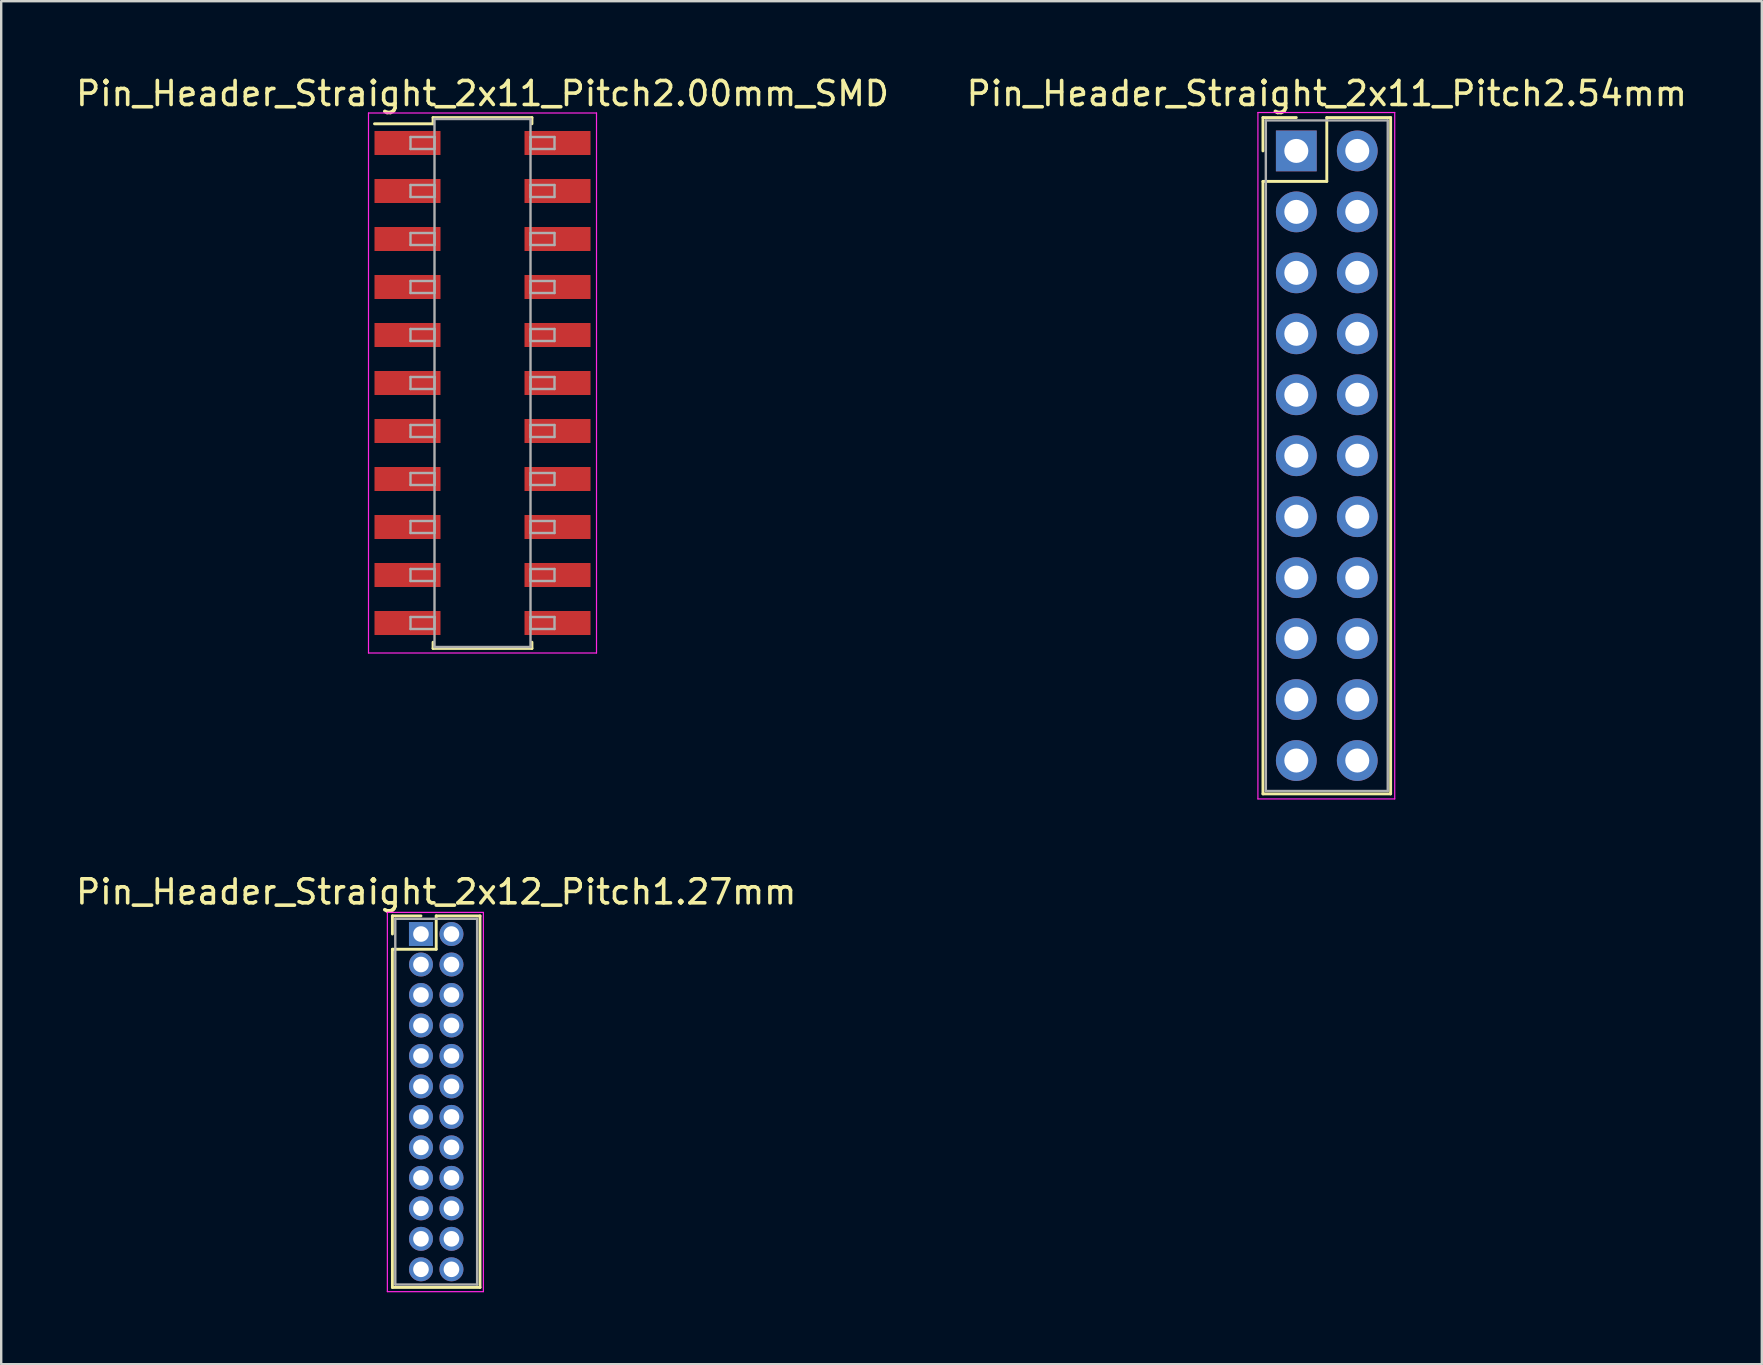
<source format=kicad_pcb>
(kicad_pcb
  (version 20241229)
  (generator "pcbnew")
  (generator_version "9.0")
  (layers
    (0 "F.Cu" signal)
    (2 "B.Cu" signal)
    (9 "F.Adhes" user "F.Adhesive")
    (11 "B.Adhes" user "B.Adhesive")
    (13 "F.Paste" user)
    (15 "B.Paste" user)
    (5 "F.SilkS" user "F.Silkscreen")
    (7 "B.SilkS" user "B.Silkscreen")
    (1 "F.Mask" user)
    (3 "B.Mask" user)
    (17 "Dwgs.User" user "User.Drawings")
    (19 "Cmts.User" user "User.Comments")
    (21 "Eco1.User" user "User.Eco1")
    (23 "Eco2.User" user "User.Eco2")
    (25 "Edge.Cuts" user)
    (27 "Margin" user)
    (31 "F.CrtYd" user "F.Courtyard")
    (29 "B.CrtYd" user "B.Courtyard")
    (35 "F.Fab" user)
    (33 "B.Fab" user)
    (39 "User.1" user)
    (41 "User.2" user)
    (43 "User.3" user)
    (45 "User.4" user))
  (footprint "Pin_Header_Straight_2x12_Pitch1.27mm"
    (layer "F.Cu")
    (at 14.49 35.867)
    (property "Reference" "Pin_Header_Straight_2x12_Pitch1.27mm" (at 0.635 -1.755 0) (layer "F.SilkS") (effects (font (size 1 1) (thickness 0.15))))
    (attr through_hole)
    (fp_line (start -1.19 -0.755) (end 0 -0.755) (stroke (width 0.12) (type solid)) (layer "F.SilkS"))
    (fp_line (start -1.19 0) (end -1.19 -0.755) (stroke (width 0.12) (type solid)) (layer "F.SilkS"))
    (fp_line (start -1.19 0.635) (end -1.19 14.725) (stroke (width 0.12) (type solid)) (layer "F.SilkS"))
    (fp_line (start -1.19 14.725) (end 2.46 14.725) (stroke (width 0.12) (type solid)) (layer "F.SilkS"))
    (fp_line (start 0.635 -0.755) (end 0.635 0.635) (stroke (width 0.12) (type solid)) (layer "F.SilkS"))
    (fp_line (start 0.635 0.635) (end -1.19 0.635) (stroke (width 0.12) (type solid)) (layer "F.SilkS"))
    (fp_line (start 2.46 -0.755) (end 0.635 -0.755) (stroke (width 0.12) (type solid)) (layer "F.SilkS"))
    (fp_line (start 2.46 14.725) (end 2.46 -0.755) (stroke (width 0.12) (type solid)) (layer "F.SilkS"))
    (fp_line (start -1.4 -0.9) (end -1.4 14.9) (stroke (width 0.05) (type solid)) (layer "F.CrtYd"))
    (fp_line (start -1.4 14.9) (end 2.6 14.9) (stroke (width 0.05) (type solid)) (layer "F.CrtYd"))
    (fp_line (start 2.6 -0.9) (end -1.4 -0.9) (stroke (width 0.05) (type solid)) (layer "F.CrtYd"))
    (fp_line (start 2.6 14.9) (end 2.6 -0.9) (stroke (width 0.05) (type solid)) (layer "F.CrtYd"))
    (fp_line (start -1.07 -0.635) (end -1.07 14.605) (stroke (width 0.1) (type solid)) (layer "F.Fab"))
    (fp_line (start -1.07 14.605) (end 2.34 14.605) (stroke (width 0.1) (type solid)) (layer "F.Fab"))
    (fp_line (start 2.34 -0.635) (end -1.07 -0.635) (stroke (width 0.1) (type solid)) (layer "F.Fab"))
    (fp_line (start 2.34 14.605) (end 2.34 -0.635) (stroke (width 0.1) (type solid)) (layer "F.Fab"))
    (pad "1" thru_hole rect (at 0 0) (size 1 1) (drill 0.65) (layers "*.Cu" "*.Mask"))
    (pad "2" thru_hole oval (at 1.27 0) (size 1 1) (drill 0.65) (layers "*.Cu" "*.Mask"))
    (pad "3" thru_hole oval (at 0 1.27) (size 1 1) (drill 0.65) (layers "*.Cu" "*.Mask"))
    (pad "4" thru_hole oval (at 1.27 1.27) (size 1 1) (drill 0.65) (layers "*.Cu" "*.Mask"))
    (pad "5" thru_hole oval (at 0 2.54) (size 1 1) (drill 0.65) (layers "*.Cu" "*.Mask"))
    (pad "6" thru_hole oval (at 1.27 2.54) (size 1 1) (drill 0.65) (layers "*.Cu" "*.Mask"))
    (pad "7" thru_hole oval (at 0 3.81) (size 1 1) (drill 0.65) (layers "*.Cu" "*.Mask"))
    (pad "8" thru_hole oval (at 1.27 3.81) (size 1 1) (drill 0.65) (layers "*.Cu" "*.Mask"))
    (pad "9" thru_hole oval (at 0 5.08) (size 1 1) (drill 0.65) (layers "*.Cu" "*.Mask"))
    (pad "10" thru_hole oval (at 1.27 5.08) (size 1 1) (drill 0.65) (layers "*.Cu" "*.Mask"))
    (pad "11" thru_hole oval (at 0 6.35) (size 1 1) (drill 0.65) (layers "*.Cu" "*.Mask"))
    (pad "12" thru_hole oval (at 1.27 6.35) (size 1 1) (drill 0.65) (layers "*.Cu" "*.Mask"))
    (pad "13" thru_hole oval (at 0 7.62) (size 1 1) (drill 0.65) (layers "*.Cu" "*.Mask"))
    (pad "14" thru_hole oval (at 1.27 7.62) (size 1 1) (drill 0.65) (layers "*.Cu" "*.Mask"))
    (pad "15" thru_hole oval (at 0 8.89) (size 1 1) (drill 0.65) (layers "*.Cu" "*.Mask"))
    (pad "16" thru_hole oval (at 1.27 8.89) (size 1 1) (drill 0.65) (layers "*.Cu" "*.Mask"))
    (pad "17" thru_hole oval (at 0 10.16) (size 1 1) (drill 0.65) (layers "*.Cu" "*.Mask"))
    (pad "18" thru_hole oval (at 1.27 10.16) (size 1 1) (drill 0.65) (layers "*.Cu" "*.Mask"))
    (pad "19" thru_hole oval (at 0 11.43) (size 1 1) (drill 0.65) (layers "*.Cu" "*.Mask"))
    (pad "20" thru_hole oval (at 1.27 11.43) (size 1 1) (drill 0.65) (layers "*.Cu" "*.Mask"))
    (pad "21" thru_hole oval (at 0 12.7) (size 1 1) (drill 0.65) (layers "*.Cu" "*.Mask"))
    (pad "22" thru_hole oval (at 1.27 12.7) (size 1 1) (drill 0.65) (layers "*.Cu" "*.Mask"))
    (pad "23" thru_hole oval (at 0 13.97) (size 1 1) (drill 0.65) (layers "*.Cu" "*.Mask"))
    (pad "24" thru_hole oval (at 1.27 13.97) (size 1 1) (drill 0.65) (layers "*.Cu" "*.Mask")))
  (footprint "Pin_Header_Straight_2x11_Pitch2.00mm_SMD"
    (layer "F.Cu")
    (at 17.054 12.908)
    (property "Reference" "Pin_Header_Straight_2x11_Pitch2.00mm_SMD" (at 0 -12.06 0) (layer "F.SilkS") (effects (font (size 1 1) (thickness 0.15))))
    (attr smd)
    (fp_line (start -4.5 -10.8) (end -2.06 -10.8) (stroke (width 0.12) (type solid)) (layer "F.SilkS"))
    (fp_line (start -2.06 -11.06) (end 2.06 -11.06) (stroke (width 0.12) (type solid)) (layer "F.SilkS"))
    (fp_line (start -2.06 -10.8) (end -2.06 -11.06) (stroke (width 0.12) (type solid)) (layer "F.SilkS"))
    (fp_line (start -2.06 10.8) (end -2.06 11.06) (stroke (width 0.12) (type solid)) (layer "F.SilkS"))
    (fp_line (start -2.06 11.06) (end 2.06 11.06) (stroke (width 0.12) (type solid)) (layer "F.SilkS"))
    (fp_line (start 2.06 -11.06) (end 2.06 -10.8) (stroke (width 0.12) (type solid)) (layer "F.SilkS"))
    (fp_line (start 2.06 11.06) (end 2.06 10.8) (stroke (width 0.12) (type solid)) (layer "F.SilkS"))
    (fp_line (start -4.75 -11.25) (end -4.75 11.25) (stroke (width 0.05) (type solid)) (layer "F.CrtYd"))
    (fp_line (start -4.75 11.25) (end 4.75 11.25) (stroke (width 0.05) (type solid)) (layer "F.CrtYd"))
    (fp_line (start 4.75 -11.25) (end -4.75 -11.25) (stroke (width 0.05) (type solid)) (layer "F.CrtYd"))
    (fp_line (start 4.75 11.25) (end 4.75 -11.25) (stroke (width 0.05) (type solid)) (layer "F.CrtYd"))
    (fp_line (start -3 -10.25) (end -2 -10.25) (stroke (width 0.1) (type solid)) (layer "F.Fab"))
    (fp_line (start -3 -9.75) (end -3 -10.25) (stroke (width 0.1) (type solid)) (layer "F.Fab"))
    (fp_line (start -3 -8.25) (end -2 -8.25) (stroke (width 0.1) (type solid)) (layer "F.Fab"))
    (fp_line (start -3 -7.75) (end -3 -8.25) (stroke (width 0.1) (type solid)) (layer "F.Fab"))
    (fp_line (start -3 -6.25) (end -2 -6.25) (stroke (width 0.1) (type solid)) (layer "F.Fab"))
    (fp_line (start -3 -5.75) (end -3 -6.25) (stroke (width 0.1) (type solid)) (layer "F.Fab"))
    (fp_line (start -3 -4.25) (end -2 -4.25) (stroke (width 0.1) (type solid)) (layer "F.Fab"))
    (fp_line (start -3 -3.75) (end -3 -4.25) (stroke (width 0.1) (type solid)) (layer "F.Fab"))
    (fp_line (start -3 -2.25) (end -2 -2.25) (stroke (width 0.1) (type solid)) (layer "F.Fab"))
    (fp_line (start -3 -1.75) (end -3 -2.25) (stroke (width 0.1) (type solid)) (layer "F.Fab"))
    (fp_line (start -3 -0.25) (end -2 -0.25) (stroke (width 0.1) (type solid)) (layer "F.Fab"))
    (fp_line (start -3 0.25) (end -3 -0.25) (stroke (width 0.1) (type solid)) (layer "F.Fab"))
    (fp_line (start -3 1.75) (end -2 1.75) (stroke (width 0.1) (type solid)) (layer "F.Fab"))
    (fp_line (start -3 2.25) (end -3 1.75) (stroke (width 0.1) (type solid)) (layer "F.Fab"))
    (fp_line (start -3 3.75) (end -2 3.75) (stroke (width 0.1) (type solid)) (layer "F.Fab"))
    (fp_line (start -3 4.25) (end -3 3.75) (stroke (width 0.1) (type solid)) (layer "F.Fab"))
    (fp_line (start -3 5.75) (end -2 5.75) (stroke (width 0.1) (type solid)) (layer "F.Fab"))
    (fp_line (start -3 6.25) (end -3 5.75) (stroke (width 0.1) (type solid)) (layer "F.Fab"))
    (fp_line (start -3 7.75) (end -2 7.75) (stroke (width 0.1) (type solid)) (layer "F.Fab"))
    (fp_line (start -3 8.25) (end -3 7.75) (stroke (width 0.1) (type solid)) (layer "F.Fab"))
    (fp_line (start -3 9.75) (end -2 9.75) (stroke (width 0.1) (type solid)) (layer "F.Fab"))
    (fp_line (start -3 10.25) (end -3 9.75) (stroke (width 0.1) (type solid)) (layer "F.Fab"))
    (fp_line (start -2 -11) (end -2 11) (stroke (width 0.1) (type solid)) (layer "F.Fab"))
    (fp_line (start -2 -10.25) (end -2 -9.75) (stroke (width 0.1) (type solid)) (layer "F.Fab"))
    (fp_line (start -2 -9.75) (end -3 -9.75) (stroke (width 0.1) (type solid)) (layer "F.Fab"))
    (fp_line (start -2 -8.25) (end -2 -7.75) (stroke (width 0.1) (type solid)) (layer "F.Fab"))
    (fp_line (start -2 -7.75) (end -3 -7.75) (stroke (width 0.1) (type solid)) (layer "F.Fab"))
    (fp_line (start -2 -6.25) (end -2 -5.75) (stroke (width 0.1) (type solid)) (layer "F.Fab"))
    (fp_line (start -2 -5.75) (end -3 -5.75) (stroke (width 0.1) (type solid)) (layer "F.Fab"))
    (fp_line (start -2 -4.25) (end -2 -3.75) (stroke (width 0.1) (type solid)) (layer "F.Fab"))
    (fp_line (start -2 -3.75) (end -3 -3.75) (stroke (width 0.1) (type solid)) (layer "F.Fab"))
    (fp_line (start -2 -2.25) (end -2 -1.75) (stroke (width 0.1) (type solid)) (layer "F.Fab"))
    (fp_line (start -2 -1.75) (end -3 -1.75) (stroke (width 0.1) (type solid)) (layer "F.Fab"))
    (fp_line (start -2 -0.25) (end -2 0.25) (stroke (width 0.1) (type solid)) (layer "F.Fab"))
    (fp_line (start -2 0.25) (end -3 0.25) (stroke (width 0.1) (type solid)) (layer "F.Fab"))
    (fp_line (start -2 1.75) (end -2 2.25) (stroke (width 0.1) (type solid)) (layer "F.Fab"))
    (fp_line (start -2 2.25) (end -3 2.25) (stroke (width 0.1) (type solid)) (layer "F.Fab"))
    (fp_line (start -2 3.75) (end -2 4.25) (stroke (width 0.1) (type solid)) (layer "F.Fab"))
    (fp_line (start -2 4.25) (end -3 4.25) (stroke (width 0.1) (type solid)) (layer "F.Fab"))
    (fp_line (start -2 5.75) (end -2 6.25) (stroke (width 0.1) (type solid)) (layer "F.Fab"))
    (fp_line (start -2 6.25) (end -3 6.25) (stroke (width 0.1) (type solid)) (layer "F.Fab"))
    (fp_line (start -2 7.75) (end -2 8.25) (stroke (width 0.1) (type solid)) (layer "F.Fab"))
    (fp_line (start -2 8.25) (end -3 8.25) (stroke (width 0.1) (type solid)) (layer "F.Fab"))
    (fp_line (start -2 9.75) (end -2 10.25) (stroke (width 0.1) (type solid)) (layer "F.Fab"))
    (fp_line (start -2 10.25) (end -3 10.25) (stroke (width 0.1) (type solid)) (layer "F.Fab"))
    (fp_line (start -2 11) (end 2 11) (stroke (width 0.1) (type solid)) (layer "F.Fab"))
    (fp_line (start 2 -11) (end -2 -11) (stroke (width 0.1) (type solid)) (layer "F.Fab"))
    (fp_line (start 2 -10.25) (end 2 -9.75) (stroke (width 0.1) (type solid)) (layer "F.Fab"))
    (fp_line (start 2 -9.75) (end 3 -9.75) (stroke (width 0.1) (type solid)) (layer "F.Fab"))
    (fp_line (start 2 -8.25) (end 2 -7.75) (stroke (width 0.1) (type solid)) (layer "F.Fab"))
    (fp_line (start 2 -7.75) (end 3 -7.75) (stroke (width 0.1) (type solid)) (layer "F.Fab"))
    (fp_line (start 2 -6.25) (end 2 -5.75) (stroke (width 0.1) (type solid)) (layer "F.Fab"))
    (fp_line (start 2 -5.75) (end 3 -5.75) (stroke (width 0.1) (type solid)) (layer "F.Fab"))
    (fp_line (start 2 -4.25) (end 2 -3.75) (stroke (width 0.1) (type solid)) (layer "F.Fab"))
    (fp_line (start 2 -3.75) (end 3 -3.75) (stroke (width 0.1) (type solid)) (layer "F.Fab"))
    (fp_line (start 2 -2.25) (end 2 -1.75) (stroke (width 0.1) (type solid)) (layer "F.Fab"))
    (fp_line (start 2 -1.75) (end 3 -1.75) (stroke (width 0.1) (type solid)) (layer "F.Fab"))
    (fp_line (start 2 -0.25) (end 2 0.25) (stroke (width 0.1) (type solid)) (layer "F.Fab"))
    (fp_line (start 2 0.25) (end 3 0.25) (stroke (width 0.1) (type solid)) (layer "F.Fab"))
    (fp_line (start 2 1.75) (end 2 2.25) (stroke (width 0.1) (type solid)) (layer "F.Fab"))
    (fp_line (start 2 2.25) (end 3 2.25) (stroke (width 0.1) (type solid)) (layer "F.Fab"))
    (fp_line (start 2 3.75) (end 2 4.25) (stroke (width 0.1) (type solid)) (layer "F.Fab"))
    (fp_line (start 2 4.25) (end 3 4.25) (stroke (width 0.1) (type solid)) (layer "F.Fab"))
    (fp_line (start 2 5.75) (end 2 6.25) (stroke (width 0.1) (type solid)) (layer "F.Fab"))
    (fp_line (start 2 6.25) (end 3 6.25) (stroke (width 0.1) (type solid)) (layer "F.Fab"))
    (fp_line (start 2 7.75) (end 2 8.25) (stroke (width 0.1) (type solid)) (layer "F.Fab"))
    (fp_line (start 2 8.25) (end 3 8.25) (stroke (width 0.1) (type solid)) (layer "F.Fab"))
    (fp_line (start 2 9.75) (end 2 10.25) (stroke (width 0.1) (type solid)) (layer "F.Fab"))
    (fp_line (start 2 10.25) (end 3 10.25) (stroke (width 0.1) (type solid)) (layer "F.Fab"))
    (fp_line (start 2 11) (end 2 -11) (stroke (width 0.1) (type solid)) (layer "F.Fab"))
    (fp_line (start 3 -10.25) (end 2 -10.25) (stroke (width 0.1) (type solid)) (layer "F.Fab"))
    (fp_line (start 3 -9.75) (end 3 -10.25) (stroke (width 0.1) (type solid)) (layer "F.Fab"))
    (fp_line (start 3 -8.25) (end 2 -8.25) (stroke (width 0.1) (type solid)) (layer "F.Fab"))
    (fp_line (start 3 -7.75) (end 3 -8.25) (stroke (width 0.1) (type solid)) (layer "F.Fab"))
    (fp_line (start 3 -6.25) (end 2 -6.25) (stroke (width 0.1) (type solid)) (layer "F.Fab"))
    (fp_line (start 3 -5.75) (end 3 -6.25) (stroke (width 0.1) (type solid)) (layer "F.Fab"))
    (fp_line (start 3 -4.25) (end 2 -4.25) (stroke (width 0.1) (type solid)) (layer "F.Fab"))
    (fp_line (start 3 -3.75) (end 3 -4.25) (stroke (width 0.1) (type solid)) (layer "F.Fab"))
    (fp_line (start 3 -2.25) (end 2 -2.25) (stroke (width 0.1) (type solid)) (layer "F.Fab"))
    (fp_line (start 3 -1.75) (end 3 -2.25) (stroke (width 0.1) (type solid)) (layer "F.Fab"))
    (fp_line (start 3 -0.25) (end 2 -0.25) (stroke (width 0.1) (type solid)) (layer "F.Fab"))
    (fp_line (start 3 0.25) (end 3 -0.25) (stroke (width 0.1) (type solid)) (layer "F.Fab"))
    (fp_line (start 3 1.75) (end 2 1.75) (stroke (width 0.1) (type solid)) (layer "F.Fab"))
    (fp_line (start 3 2.25) (end 3 1.75) (stroke (width 0.1) (type solid)) (layer "F.Fab"))
    (fp_line (start 3 3.75) (end 2 3.75) (stroke (width 0.1) (type solid)) (layer "F.Fab"))
    (fp_line (start 3 4.25) (end 3 3.75) (stroke (width 0.1) (type solid)) (layer "F.Fab"))
    (fp_line (start 3 5.75) (end 2 5.75) (stroke (width 0.1) (type solid)) (layer "F.Fab"))
    (fp_line (start 3 6.25) (end 3 5.75) (stroke (width 0.1) (type solid)) (layer "F.Fab"))
    (fp_line (start 3 7.75) (end 2 7.75) (stroke (width 0.1) (type solid)) (layer "F.Fab"))
    (fp_line (start 3 8.25) (end 3 7.75) (stroke (width 0.1) (type solid)) (layer "F.Fab"))
    (fp_line (start 3 9.75) (end 2 9.75) (stroke (width 0.1) (type solid)) (layer "F.Fab"))
    (fp_line (start 3 10.25) (end 3 9.75) (stroke (width 0.1) (type solid)) (layer "F.Fab"))
    (pad "1" smd rect (at -3.125 -10) (size 2.75 1) (layers "F.Cu" "F.Mask"))
    (pad "2" smd rect (at 3.125 -10) (size 2.75 1) (layers "F.Cu" "F.Mask"))
    (pad "3" smd rect (at -3.125 -8) (size 2.75 1) (layers "F.Cu" "F.Mask"))
    (pad "4" smd rect (at 3.125 -8) (size 2.75 1) (layers "F.Cu" "F.Mask"))
    (pad "5" smd rect (at -3.125 -6) (size 2.75 1) (layers "F.Cu" "F.Mask"))
    (pad "6" smd rect (at 3.125 -6) (size 2.75 1) (layers "F.Cu" "F.Mask"))
    (pad "7" smd rect (at -3.125 -4) (size 2.75 1) (layers "F.Cu" "F.Mask"))
    (pad "8" smd rect (at 3.125 -4) (size 2.75 1) (layers "F.Cu" "F.Mask"))
    (pad "9" smd rect (at -3.125 -2) (size 2.75 1) (layers "F.Cu" "F.Mask"))
    (pad "10" smd rect (at 3.125 -2) (size 2.75 1) (layers "F.Cu" "F.Mask"))
    (pad "11" smd rect (at -3.125 0) (size 2.75 1) (layers "F.Cu" "F.Mask"))
    (pad "12" smd rect (at 3.125 0) (size 2.75 1) (layers "F.Cu" "F.Mask"))
    (pad "13" smd rect (at -3.125 2) (size 2.75 1) (layers "F.Cu" "F.Mask"))
    (pad "14" smd rect (at 3.125 2) (size 2.75 1) (layers "F.Cu" "F.Mask"))
    (pad "15" smd rect (at -3.125 4) (size 2.75 1) (layers "F.Cu" "F.Mask"))
    (pad "16" smd rect (at 3.125 4) (size 2.75 1) (layers "F.Cu" "F.Mask"))
    (pad "17" smd rect (at -3.125 6) (size 2.75 1) (layers "F.Cu" "F.Mask"))
    (pad "18" smd rect (at 3.125 6) (size 2.75 1) (layers "F.Cu" "F.Mask"))
    (pad "19" smd rect (at -3.125 8) (size 2.75 1) (layers "F.Cu" "F.Mask"))
    (pad "20" smd rect (at 3.125 8) (size 2.75 1) (layers "F.Cu" "F.Mask"))
    (pad "21" smd rect (at -3.125 10) (size 2.75 1) (layers "F.Cu" "F.Mask"))
    (pad "22" smd rect (at 3.125 10) (size 2.75 1) (layers "F.Cu" "F.Mask")))
  (footprint "Pin_Header_Straight_2x11_Pitch2.54mm"
    (layer "F.Cu")
    (at 50.962 3.238)
    (property "Reference" "Pin_Header_Straight_2x11_Pitch2.54mm" (at 1.27 -2.39 0) (layer "F.SilkS") (effects (font (size 1 1) (thickness 0.15))))
    (attr through_hole)
    (fp_line (start -1.39 -1.39) (end 0 -1.39) (stroke (width 0.12) (type solid)) (layer "F.SilkS"))
    (fp_line (start -1.39 0) (end -1.39 -1.39) (stroke (width 0.12) (type solid)) (layer "F.SilkS"))
    (fp_line (start -1.39 1.27) (end -1.39 26.79) (stroke (width 0.12) (type solid)) (layer "F.SilkS"))
    (fp_line (start -1.39 26.79) (end 3.93 26.79) (stroke (width 0.12) (type solid)) (layer "F.SilkS"))
    (fp_line (start 1.27 -1.39) (end 1.27 1.27) (stroke (width 0.12) (type solid)) (layer "F.SilkS"))
    (fp_line (start 1.27 1.27) (end -1.39 1.27) (stroke (width 0.12) (type solid)) (layer "F.SilkS"))
    (fp_line (start 3.93 -1.39) (end 1.27 -1.39) (stroke (width 0.12) (type solid)) (layer "F.SilkS"))
    (fp_line (start 3.93 26.79) (end 3.93 -1.39) (stroke (width 0.12) (type solid)) (layer "F.SilkS"))
    (fp_line (start -1.6 -1.6) (end -1.6 27) (stroke (width 0.05) (type solid)) (layer "F.CrtYd"))
    (fp_line (start -1.6 27) (end 4.1 27) (stroke (width 0.05) (type solid)) (layer "F.CrtYd"))
    (fp_line (start 4.1 -1.6) (end -1.6 -1.6) (stroke (width 0.05) (type solid)) (layer "F.CrtYd"))
    (fp_line (start 4.1 27) (end 4.1 -1.6) (stroke (width 0.05) (type solid)) (layer "F.CrtYd"))
    (fp_line (start -1.27 -1.27) (end -1.27 26.67) (stroke (width 0.1) (type solid)) (layer "F.Fab"))
    (fp_line (start -1.27 26.67) (end 3.81 26.67) (stroke (width 0.1) (type solid)) (layer "F.Fab"))
    (fp_line (start 3.81 -1.27) (end -1.27 -1.27) (stroke (width 0.1) (type solid)) (layer "F.Fab"))
    (fp_line (start 3.81 26.67) (end 3.81 -1.27) (stroke (width 0.1) (type solid)) (layer "F.Fab"))
    (pad "1" thru_hole rect (at 0 0) (size 1.7 1.7) (drill 1) (layers "*.Cu" "*.Mask"))
    (pad "2" thru_hole oval (at 2.54 0) (size 1.7 1.7) (drill 1) (layers "*.Cu" "*.Mask"))
    (pad "3" thru_hole oval (at 0 2.54) (size 1.7 1.7) (drill 1) (layers "*.Cu" "*.Mask"))
    (pad "4" thru_hole oval (at 2.54 2.54) (size 1.7 1.7) (drill 1) (layers "*.Cu" "*.Mask"))
    (pad "5" thru_hole oval (at 0 5.08) (size 1.7 1.7) (drill 1) (layers "*.Cu" "*.Mask"))
    (pad "6" thru_hole oval (at 2.54 5.08) (size 1.7 1.7) (drill 1) (layers "*.Cu" "*.Mask"))
    (pad "7" thru_hole oval (at 0 7.62) (size 1.7 1.7) (drill 1) (layers "*.Cu" "*.Mask"))
    (pad "8" thru_hole oval (at 2.54 7.62) (size 1.7 1.7) (drill 1) (layers "*.Cu" "*.Mask"))
    (pad "9" thru_hole oval (at 0 10.16) (size 1.7 1.7) (drill 1) (layers "*.Cu" "*.Mask"))
    (pad "10" thru_hole oval (at 2.54 10.16) (size 1.7 1.7) (drill 1) (layers "*.Cu" "*.Mask"))
    (pad "11" thru_hole oval (at 0 12.7) (size 1.7 1.7) (drill 1) (layers "*.Cu" "*.Mask"))
    (pad "12" thru_hole oval (at 2.54 12.7) (size 1.7 1.7) (drill 1) (layers "*.Cu" "*.Mask"))
    (pad "13" thru_hole oval (at 0 15.24) (size 1.7 1.7) (drill 1) (layers "*.Cu" "*.Mask"))
    (pad "14" thru_hole oval (at 2.54 15.24) (size 1.7 1.7) (drill 1) (layers "*.Cu" "*.Mask"))
    (pad "15" thru_hole oval (at 0 17.78) (size 1.7 1.7) (drill 1) (layers "*.Cu" "*.Mask"))
    (pad "16" thru_hole oval (at 2.54 17.78) (size 1.7 1.7) (drill 1) (layers "*.Cu" "*.Mask"))
    (pad "17" thru_hole oval (at 0 20.32) (size 1.7 1.7) (drill 1) (layers "*.Cu" "*.Mask"))
    (pad "18" thru_hole oval (at 2.54 20.32) (size 1.7 1.7) (drill 1) (layers "*.Cu" "*.Mask"))
    (pad "19" thru_hole oval (at 0 22.86) (size 1.7 1.7) (drill 1) (layers "*.Cu" "*.Mask"))
    (pad "20" thru_hole oval (at 2.54 22.86) (size 1.7 1.7) (drill 1) (layers "*.Cu" "*.Mask"))
    (pad "21" thru_hole oval (at 0 25.4) (size 1.7 1.7) (drill 1) (layers "*.Cu" "*.Mask"))
    (pad "22" thru_hole oval (at 2.54 25.4) (size 1.7 1.7) (drill 1) (layers "*.Cu" "*.Mask")))
  (gr_rect
    (start -3 -3)
    (end 70.357 53.791)
    (stroke (width 0.1) (type default))
    (fill no)
    (layer "Edge.Cuts")))
</source>
